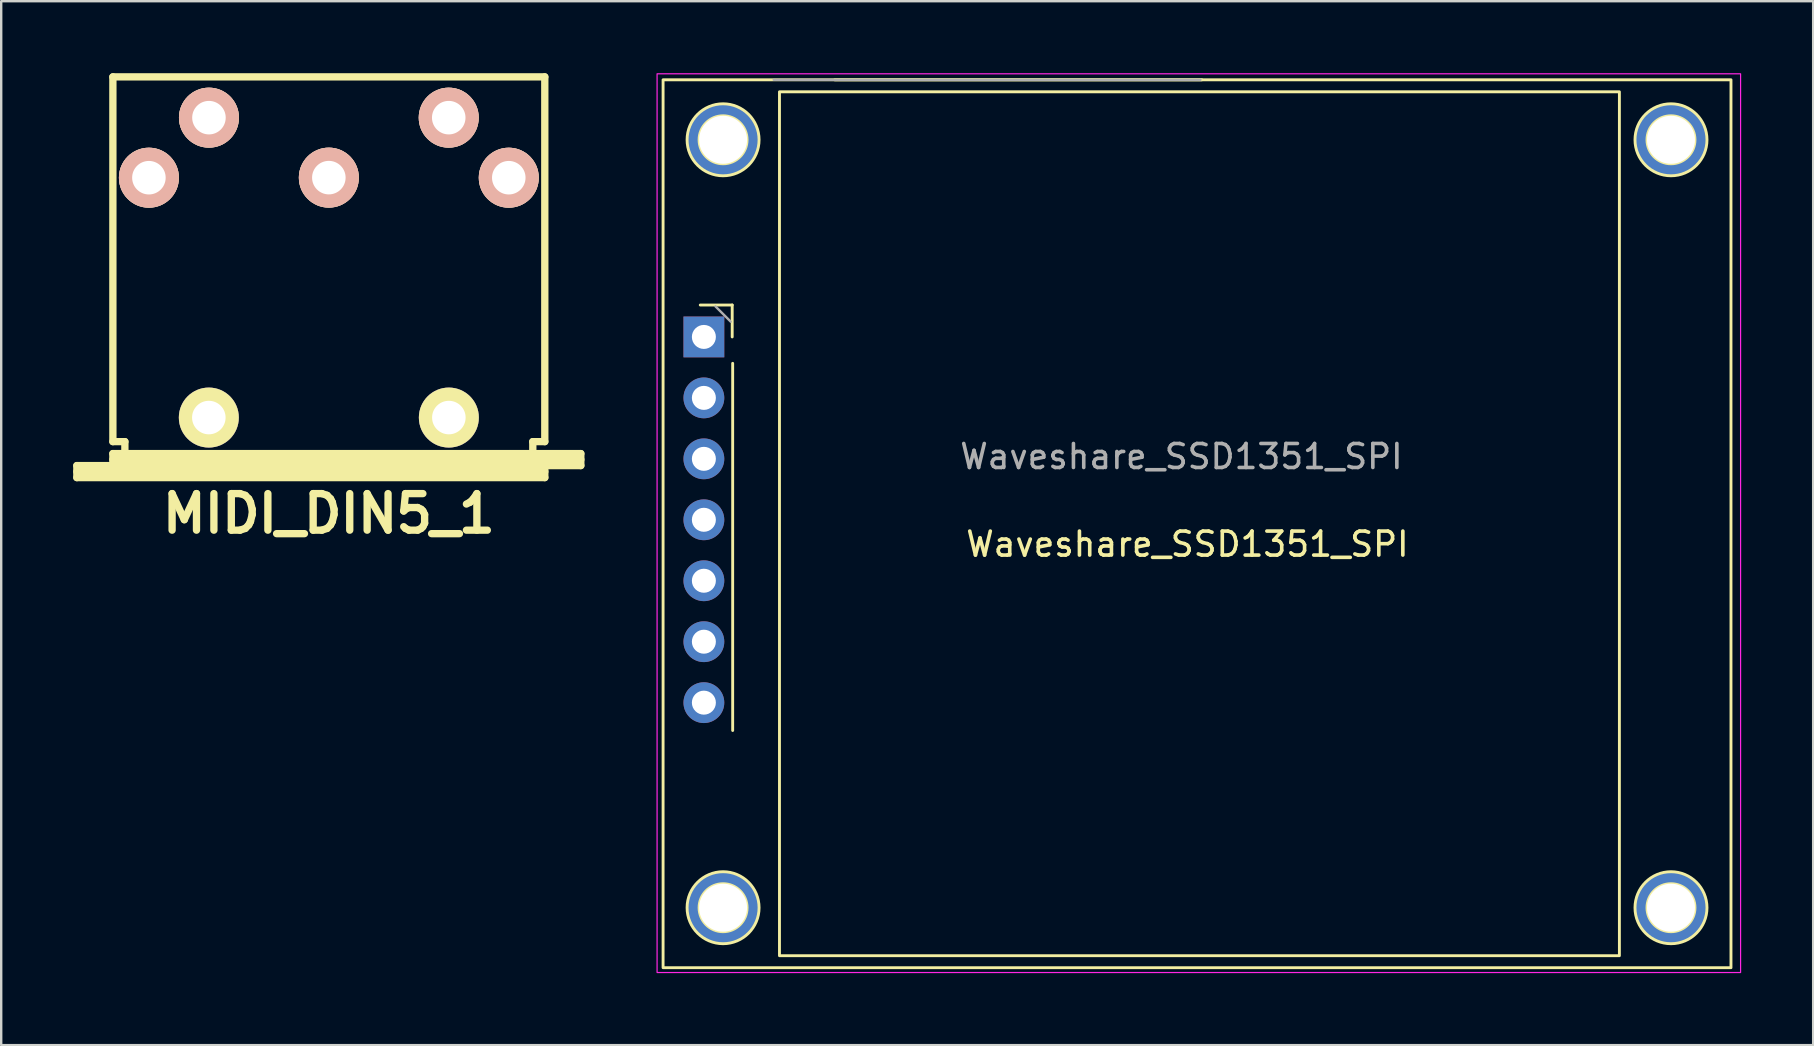
<source format=kicad_pcb>
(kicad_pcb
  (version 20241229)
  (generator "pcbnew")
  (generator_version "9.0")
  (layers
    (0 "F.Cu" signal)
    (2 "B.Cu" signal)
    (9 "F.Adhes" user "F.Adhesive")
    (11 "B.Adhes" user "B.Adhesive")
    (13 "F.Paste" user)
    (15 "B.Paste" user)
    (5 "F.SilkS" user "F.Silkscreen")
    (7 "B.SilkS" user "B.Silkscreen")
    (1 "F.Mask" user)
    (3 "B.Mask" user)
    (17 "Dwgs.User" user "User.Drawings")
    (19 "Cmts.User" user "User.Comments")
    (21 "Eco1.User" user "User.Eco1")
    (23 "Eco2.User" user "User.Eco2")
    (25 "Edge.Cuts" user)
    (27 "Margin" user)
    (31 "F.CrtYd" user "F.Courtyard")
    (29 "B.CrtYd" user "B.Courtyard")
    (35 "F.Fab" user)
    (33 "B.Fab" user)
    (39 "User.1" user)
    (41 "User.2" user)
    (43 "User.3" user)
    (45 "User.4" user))
  (footprint "Waveshare_SSD1351_SPI"
    (layer "F.Cu")
    (at 46.331 18.125)
    (property "Reference" "Waveshare_SSD1351_SPI" (at 0.1 1.5 0) (unlocked yes) (layer "F.SilkS") (effects (font (size 1 1) (thickness 0.15))))
    (attr through_hole)
    (fp_line (start -18.87 -8.465) (end -20.2 -8.465) (stroke (width 0.12) (type solid)) (layer "F.SilkS"))
    (fp_line (start -18.87 -7.135) (end -18.87 -8.465) (stroke (width 0.12) (type solid)) (layer "F.SilkS"))
    (fp_line (start -18.85 -6.035) (end -18.85 9.265) (stroke (width 0.12) (type solid)) (layer "F.SilkS"))
    (fp_line (start -14.6 -17.85) (end 0.7 -17.85) (stroke (width 0.12) (type solid)) (layer "F.SilkS"))
    (fp_rect (start -21.75 -17.85) (end 22.75 19.15) (stroke (width 0.12) (type solid)) (fill no) (layer "F.SilkS"))
    (fp_rect (start -16.9 -17.35) (end 18.1 18.65) (stroke (width 0.12) (type solid)) (fill no) (layer "F.SilkS"))
    (fp_circle (center -19.25 -15.35) (end -20.75 -15.35) (stroke (width 0.12) (type solid)) (fill no) (layer "F.SilkS"))
    (fp_circle (center -19.25 -15.35) (end -18.25 -15.35) (stroke (width 0.12) (type solid)) (fill no) (layer "F.SilkS"))
    (fp_circle (center -19.25 16.65) (end -18.25 16.65) (stroke (width 0.12) (type solid)) (fill no) (layer "F.SilkS"))
    (fp_circle (center -19.25 16.65) (end -17.75 16.65) (stroke (width 0.12) (type solid)) (fill no) (layer "F.SilkS"))
    (fp_circle (center 20.25 -15.35) (end 21.25 -15.35) (stroke (width 0.12) (type solid)) (fill no) (layer "F.SilkS"))
    (fp_circle (center 20.25 -15.35) (end 21.75 -15.35) (stroke (width 0.12) (type solid)) (fill no) (layer "F.SilkS"))
    (fp_circle (center 20.25 16.65) (end 21.25 16.65) (stroke (width 0.12) (type solid)) (fill no) (layer "F.SilkS"))
    (fp_circle (center 20.25 16.65) (end 21.75 16.65) (stroke (width 0.12) (type solid)) (fill no) (layer "F.SilkS"))
    (fp_rect (start -22 -18.1) (end 23.15 19.35) (stroke (width 0.05) (type solid)) (fill no) (layer "F.CrtYd"))
    (fp_line (start -18.93 -7.77) (end -19.565 -8.405) (stroke (width 0.1) (type solid)) (layer "F.Fab"))
    (fp_line (start -17.14 -17.85) (end 0.64 -17.85) (stroke (width 0.1) (type solid)) (layer "F.Fab"))
    (fp_text user "${REFERENCE}" (at -0.15 -2.15 180) (layer "F.Fab") (effects (font (size 1 1) (thickness 0.15))))
    (pad "" np_thru_hole circle (at -19.25 -15.35) (size 3 3) (drill 2) (layers "*.Cu" "*.Mask"))
    (pad "" np_thru_hole circle (at -19.25 16.65) (size 3 3) (drill 2) (layers "*.Cu" "*.Mask"))
    (pad "" np_thru_hole circle (at 20.25 -15.35) (size 3 3) (drill 2) (layers "*.Cu" "*.Mask"))
    (pad "" np_thru_hole circle (at 20.25 16.65) (size 3 3) (drill 2) (layers "*.Cu" "*.Mask"))
    (pad "1" thru_hole rect (at -20.05 -7.135) (size 1.7 1.7) (drill 1) (layers "*.Cu" "*.Mask"))
    (pad "2" thru_hole oval (at -20.05 -4.595) (size 1.7 1.7) (drill 1) (layers "*.Cu" "*.Mask"))
    (pad "3" thru_hole oval (at -20.05 -2.055) (size 1.7 1.7) (drill 1) (layers "*.Cu" "*.Mask"))
    (pad "4" thru_hole oval (at -20.05 0.485) (size 1.7 1.7) (drill 1) (layers "*.Cu" "*.Mask"))
    (pad "5" thru_hole oval (at -20.05 3.025) (size 1.7 1.7) (drill 1) (layers "*.Cu" "*.Mask"))
    (pad "6" thru_hole oval (at -20.05 5.565) (size 1.7 1.7) (drill 1) (layers "*.Cu" "*.Mask"))
    (pad "7" thru_hole oval (at -20.05 8.105) (size 1.7 1.7) (drill 1) (layers "*.Cu" "*.Mask")))
  (footprint "MIDI_DIN5_1"
    (layer "F.Cu")
    (at 10.653 7.352)
    (property "Reference" "MIDI_DIN5_1" (at 0 11.001 0) (layer "F.SilkS") (effects (font (size 1.524 1.524) (thickness 0.305))))
    (attr through_hole)
    (fp_line (start -10.5 8.999) (end -8.999 8.999) (stroke (width 0.305) (type solid)) (layer "F.SilkS"))
    (fp_line (start -10.5 9.251) (end 8.999 9.251) (stroke (width 0.305) (type solid)) (layer "F.SilkS"))
    (fp_line (start -10.5 9.5) (end -10.5 8.999) (stroke (width 0.305) (type solid)) (layer "F.SilkS"))
    (fp_line (start -8.999 -7.199) (end -8.999 8.001) (stroke (width 0.305) (type solid)) (layer "F.SilkS"))
    (fp_line (start -8.999 -7.199) (end 8.999 -7.199) (stroke (width 0.305) (type default)) (layer "F.SilkS"))
    (fp_line (start -8.999 8.001) (end -8.499 8.001) (stroke (width 0.305) (type solid)) (layer "F.SilkS"))
    (fp_line (start -8.999 8.499) (end 10.5 8.499) (stroke (width 0.305) (type solid)) (layer "F.SilkS"))
    (fp_line (start -8.999 8.75) (end 10.5 8.75) (stroke (width 0.305) (type solid)) (layer "F.SilkS"))
    (fp_line (start -8.999 8.999) (end -8.999 8.499) (stroke (width 0.305) (type solid)) (layer "F.SilkS"))
    (fp_line (start -8.499 8.001) (end -8.499 8.499) (stroke (width 0.305) (type solid)) (layer "F.SilkS"))
    (fp_line (start 8.499 8.499) (end 8.499 8.001) (stroke (width 0.305) (type solid)) (layer "F.SilkS"))
    (fp_line (start 8.999 -7.199) (end 8.999 8.001) (stroke (width 0.305) (type solid)) (layer "F.SilkS"))
    (fp_line (start 8.999 8.001) (end 8.499 8.001) (stroke (width 0.305) (type solid)) (layer "F.SilkS"))
    (fp_line (start 8.999 8.999) (end -8.999 8.999) (stroke (width 0.305) (type solid)) (layer "F.SilkS"))
    (fp_line (start 8.999 8.999) (end 8.999 9.5) (stroke (width 0.305) (type solid)) (layer "F.SilkS"))
    (fp_line (start 8.999 9.5) (end -10.5 9.5) (stroke (width 0.305) (type solid)) (layer "F.SilkS"))
    (fp_line (start 10.5 8.499) (end 10.5 8.999) (stroke (width 0.305) (type solid)) (layer "F.SilkS"))
    (fp_line (start 10.5 8.999) (end 8.999 8.999) (stroke (width 0.305) (type solid)) (layer "F.SilkS"))
    (pad "" np_thru_hole circle (at -5.001 6.998) (size 2.499 2.499) (drill 1.397) (layers "*.Cu" "*.Mask" "F.SilkS"))
    (pad "" np_thru_hole circle (at 5.001 6.998) (size 2.499 2.499) (drill 1.397) (layers "*.Cu" "*.Mask" "F.SilkS"))
    (pad "1" thru_hole circle (at 7.498 -2.997) (size 2.499 2.499) (drill 1.397) (layers "*.Cu" "*.SilkS" "*.Mask"))
    (pad "2" thru_hole circle (at 0 -3) (size 2.499 2.499) (drill 1.397) (layers "*.Cu" "*.SilkS" "*.Mask"))
    (pad "3" thru_hole circle (at -7.498 -2.997) (size 2.499 2.499) (drill 1.397) (layers "*.Cu" "*.SilkS" "*.Mask"))
    (pad "4" thru_hole circle (at 4.996 -5.499) (size 2.499 2.499) (drill 1.397) (layers "*.Cu" "*.SilkS" "*.Mask"))
    (pad "5" thru_hole circle (at -4.996 -5.499) (size 2.499 2.499) (drill 1.397) (layers "*.Cu" "*.SilkS" "*.Mask")))
  (gr_rect
    (start -3 -3)
    (end 72.506 40.5)
    (stroke (width 0.1) (type default))
    (fill no)
    (layer "Edge.Cuts")))
</source>
